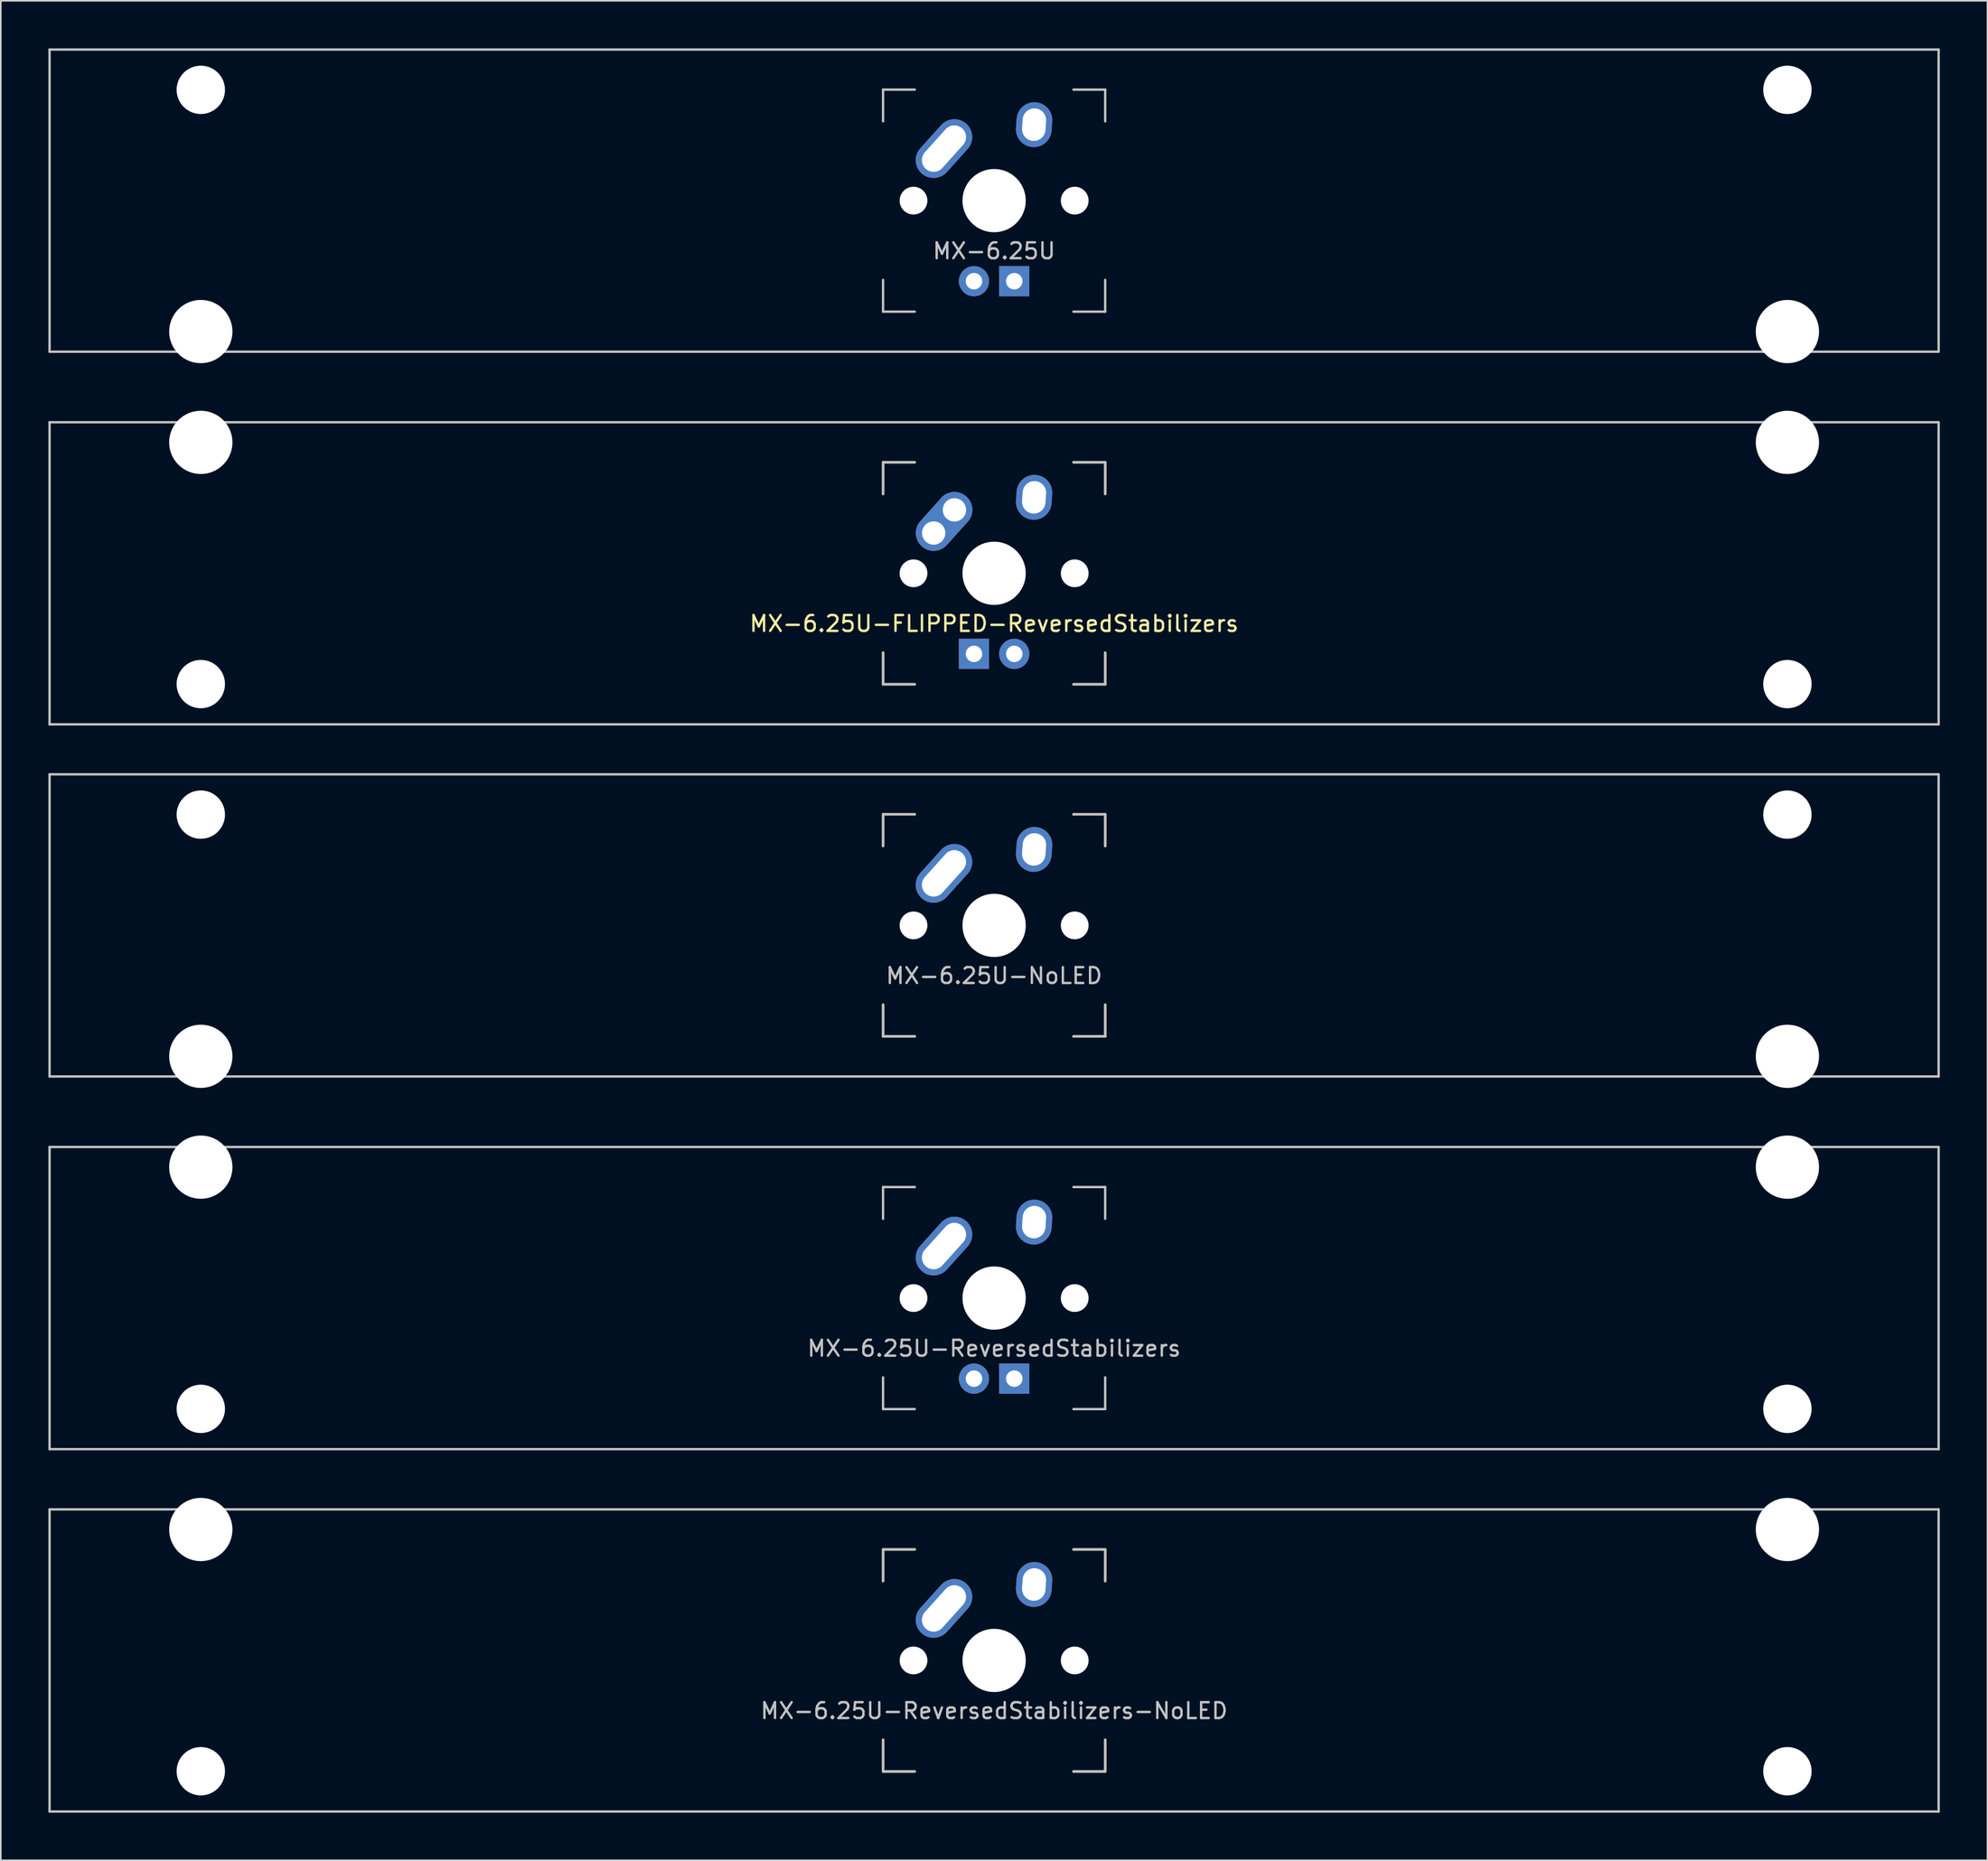
<source format=kicad_pcb>
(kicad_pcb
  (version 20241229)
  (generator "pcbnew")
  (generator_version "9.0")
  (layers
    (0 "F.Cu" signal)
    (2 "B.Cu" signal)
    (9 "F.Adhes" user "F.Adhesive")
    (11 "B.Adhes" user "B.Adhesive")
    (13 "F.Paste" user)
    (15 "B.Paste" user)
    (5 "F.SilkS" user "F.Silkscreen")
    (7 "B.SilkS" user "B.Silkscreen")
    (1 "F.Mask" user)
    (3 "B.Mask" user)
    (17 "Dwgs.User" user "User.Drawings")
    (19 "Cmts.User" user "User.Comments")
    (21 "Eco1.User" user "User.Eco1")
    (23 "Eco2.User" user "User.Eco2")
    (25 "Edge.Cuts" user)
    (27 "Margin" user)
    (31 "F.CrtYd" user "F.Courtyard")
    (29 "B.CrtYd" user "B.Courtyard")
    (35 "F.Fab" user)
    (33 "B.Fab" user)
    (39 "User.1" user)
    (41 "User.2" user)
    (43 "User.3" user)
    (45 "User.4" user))
  (footprint "MX-6.25U-ReversedStabilizers-NoLED"
    (layer "F.Cu")
    (at 59.606 101.644)
    (property "Reference" "MX-6.25U-ReversedStabilizers-NoLED" (at 0 3.175 0) (layer "Dwgs.User") (effects (font (size 1 1) (thickness 0.15))))
    (attr through_hole)
    (fp_line (start -7 -7) (end -7 -5) (stroke (width 0.15) (type solid)) (layer "F.SilkS"))
    (fp_line (start -7 5) (end -7 7) (stroke (width 0.15) (type solid)) (layer "F.SilkS"))
    (fp_line (start -7 7) (end -5 7) (stroke (width 0.15) (type solid)) (layer "F.SilkS"))
    (fp_line (start -5 -7) (end -7 -7) (stroke (width 0.15) (type solid)) (layer "F.SilkS"))
    (fp_line (start 5 -7) (end 7 -7) (stroke (width 0.15) (type solid)) (layer "F.SilkS"))
    (fp_line (start 5 7) (end 7 7) (stroke (width 0.15) (type solid)) (layer "F.SilkS"))
    (fp_line (start 7 -7) (end 7 -5) (stroke (width 0.15) (type solid)) (layer "F.SilkS"))
    (fp_line (start 7 7) (end 7 5) (stroke (width 0.15) (type solid)) (layer "F.SilkS"))
    (fp_line (start -59.531 -9.525) (end 59.531 -9.525) (stroke (width 0.15) (type solid)) (layer "Dwgs.User"))
    (fp_line (start -59.531 9.525) (end -59.531 -9.525) (stroke (width 0.15) (type solid)) (layer "Dwgs.User"))
    (fp_line (start -59.531 9.525) (end 59.531 9.525) (stroke (width 0.15) (type solid)) (layer "Dwgs.User"))
    (fp_line (start -7 -7) (end -7 -5) (stroke (width 0.15) (type solid)) (layer "Dwgs.User"))
    (fp_line (start -7 5) (end -7 7) (stroke (width 0.15) (type solid)) (layer "Dwgs.User"))
    (fp_line (start -7 7) (end -5 7) (stroke (width 0.15) (type solid)) (layer "Dwgs.User"))
    (fp_line (start -5 -7) (end -7 -7) (stroke (width 0.15) (type solid)) (layer "Dwgs.User"))
    (fp_line (start 5 -7) (end 7 -7) (stroke (width 0.15) (type solid)) (layer "Dwgs.User"))
    (fp_line (start 5 7) (end 7 7) (stroke (width 0.15) (type solid)) (layer "Dwgs.User"))
    (fp_line (start 7 -7) (end 7 -5) (stroke (width 0.15) (type solid)) (layer "Dwgs.User"))
    (fp_line (start 7 7) (end 7 5) (stroke (width 0.15) (type solid)) (layer "Dwgs.User"))
    (fp_line (start 59.531 -9.525) (end 59.531 9.525) (stroke (width 0.15) (type solid)) (layer "Dwgs.User"))
    (pad "" np_thru_hole circle (at -50 -8.255) (size 3.988 3.988) (drill 3.988) (layers "*.Cu" "*.Mask"))
    (pad "" np_thru_hole circle (at -50 6.985) (size 3.048 3.048) (drill 3.048) (layers "*.Cu" "*.Mask"))
    (pad "" np_thru_hole circle (at -5.08 0 48.1) (size 1.75 1.75) (drill 1.75) (layers "*.Cu" "*.Mask"))
    (pad "" np_thru_hole circle (at 0 0) (size 3.988 3.988) (drill 3.988) (layers "*.Cu" "*.Mask"))
    (pad "" np_thru_hole circle (at 5.08 0 48.1) (size 1.75 1.75) (drill 1.75) (layers "*.Cu" "*.Mask"))
    (pad "" np_thru_hole circle (at 50 -8.255) (size 3.988 3.988) (drill 3.988) (layers "*.Cu" "*.Mask"))
    (pad "" np_thru_hole circle (at 50 6.985) (size 3.048 3.048) (drill 3.048) (layers "*.Cu" "*.Mask"))
    (pad "1" thru_hole oval (at -3.16 -3.28 48) (size 4.21 2.25) (drill oval 3.43 1.48) (layers "*.Cu" "B.Mask"))
    (pad "2" thru_hole oval (at 2.52 -4.79 86) (size 2.831 2.25) (drill oval 2.051 1.48) (layers "*.Cu" "B.Mask")))
  (footprint "MX-6.25U-ReversedStabilizers"
    (layer "F.Cu")
    (at 59.606 78.796)
    (property "Reference" "MX-6.25U-ReversedStabilizers" (at 0 3.175 0) (layer "Dwgs.User") (effects (font (size 1 1) (thickness 0.15))))
    (attr through_hole)
    (fp_line (start -59.531 -9.525) (end 59.531 -9.525) (stroke (width 0.15) (type solid)) (layer "Dwgs.User"))
    (fp_line (start -59.531 9.525) (end -59.531 -9.525) (stroke (width 0.15) (type solid)) (layer "Dwgs.User"))
    (fp_line (start -59.531 9.525) (end 59.531 9.525) (stroke (width 0.15) (type solid)) (layer "Dwgs.User"))
    (fp_line (start -7 -7) (end -7 -5) (stroke (width 0.15) (type solid)) (layer "Dwgs.User"))
    (fp_line (start -7 5) (end -7 7) (stroke (width 0.15) (type solid)) (layer "Dwgs.User"))
    (fp_line (start -7 7) (end -5 7) (stroke (width 0.15) (type solid)) (layer "Dwgs.User"))
    (fp_line (start -5 -7) (end -7 -7) (stroke (width 0.15) (type solid)) (layer "Dwgs.User"))
    (fp_line (start 5 -7) (end 7 -7) (stroke (width 0.15) (type solid)) (layer "Dwgs.User"))
    (fp_line (start 5 7) (end 7 7) (stroke (width 0.15) (type solid)) (layer "Dwgs.User"))
    (fp_line (start 7 -7) (end 7 -5) (stroke (width 0.15) (type solid)) (layer "Dwgs.User"))
    (fp_line (start 7 7) (end 7 5) (stroke (width 0.15) (type solid)) (layer "Dwgs.User"))
    (fp_line (start 59.531 -9.525) (end 59.531 9.525) (stroke (width 0.15) (type solid)) (layer "Dwgs.User"))
    (pad "" np_thru_hole circle (at -50 -8.255) (size 3.988 3.988) (drill 3.988) (layers "*.Cu" "*.Mask"))
    (pad "" np_thru_hole circle (at -50 6.985) (size 3.048 3.048) (drill 3.048) (layers "*.Cu" "*.Mask"))
    (pad "" np_thru_hole circle (at -5.08 0 48.1) (size 1.75 1.75) (drill 1.75) (layers "*.Cu" "*.Mask"))
    (pad "" np_thru_hole circle (at 0 0) (size 3.988 3.988) (drill 3.988) (layers "*.Cu" "*.Mask"))
    (pad "" np_thru_hole circle (at 5.08 0 48.1) (size 1.75 1.75) (drill 1.75) (layers "*.Cu" "*.Mask"))
    (pad "" np_thru_hole circle (at 50 -8.255) (size 3.988 3.988) (drill 3.988) (layers "*.Cu" "*.Mask"))
    (pad "" np_thru_hole circle (at 50 6.985) (size 3.048 3.048) (drill 3.048) (layers "*.Cu" "*.Mask"))
    (pad "1" thru_hole oval (at -3.16 -3.28 48) (size 4.21 2.25) (drill oval 3.43 1.48) (layers "*.Cu" "B.Mask"))
    (pad "2" thru_hole oval (at 2.52 -4.79 86) (size 2.831 2.25) (drill oval 2.051 1.48) (layers "*.Cu" "B.Mask"))
    (pad "3" thru_hole circle (at -1.27 5.08) (size 1.905 1.905) (drill 1.04) (layers "*.Cu" "B.Mask"))
    (pad "4" thru_hole rect (at 1.27 5.08) (size 1.905 1.905) (drill 1.04) (layers "*.Cu" "B.Mask")))
  (footprint "MX-6.25U"
    (layer "F.Cu")
    (at 59.606 9.6)
    (property "Reference" "MX-6.25U" (at 0 3.175 0) (layer "Dwgs.User") (effects (font (size 1 1) (thickness 0.15))))
    (attr through_hole)
    (fp_line (start -59.531 -9.525) (end 59.531 -9.525) (stroke (width 0.15) (type solid)) (layer "Dwgs.User"))
    (fp_line (start -59.531 9.525) (end -59.531 -9.525) (stroke (width 0.15) (type solid)) (layer "Dwgs.User"))
    (fp_line (start -59.531 9.525) (end 59.531 9.525) (stroke (width 0.15) (type solid)) (layer "Dwgs.User"))
    (fp_line (start -7 -7) (end -7 -5) (stroke (width 0.15) (type solid)) (layer "Dwgs.User"))
    (fp_line (start -7 5) (end -7 7) (stroke (width 0.15) (type solid)) (layer "Dwgs.User"))
    (fp_line (start -7 7) (end -5 7) (stroke (width 0.15) (type solid)) (layer "Dwgs.User"))
    (fp_line (start -5 -7) (end -7 -7) (stroke (width 0.15) (type solid)) (layer "Dwgs.User"))
    (fp_line (start 5 -7) (end 7 -7) (stroke (width 0.15) (type solid)) (layer "Dwgs.User"))
    (fp_line (start 5 7) (end 7 7) (stroke (width 0.15) (type solid)) (layer "Dwgs.User"))
    (fp_line (start 7 -7) (end 7 -5) (stroke (width 0.15) (type solid)) (layer "Dwgs.User"))
    (fp_line (start 7 7) (end 7 5) (stroke (width 0.15) (type solid)) (layer "Dwgs.User"))
    (fp_line (start 59.531 -9.525) (end 59.531 9.525) (stroke (width 0.15) (type solid)) (layer "Dwgs.User"))
    (pad "" np_thru_hole circle (at -50 -6.985) (size 3.048 3.048) (drill 3.048) (layers "*.Cu" "*.Mask"))
    (pad "" np_thru_hole circle (at -50 8.255) (size 3.988 3.988) (drill 3.988) (layers "*.Cu" "*.Mask"))
    (pad "" np_thru_hole circle (at -5.08 0 48.1) (size 1.75 1.75) (drill 1.75) (layers "*.Cu" "*.Mask"))
    (pad "" np_thru_hole circle (at 0 0) (size 3.988 3.988) (drill 3.988) (layers "*.Cu" "*.Mask"))
    (pad "" np_thru_hole circle (at 5.08 0 48.1) (size 1.75 1.75) (drill 1.75) (layers "*.Cu" "*.Mask"))
    (pad "" np_thru_hole circle (at 50 -6.985) (size 3.048 3.048) (drill 3.048) (layers "*.Cu" "*.Mask"))
    (pad "" np_thru_hole circle (at 50 8.255) (size 3.988 3.988) (drill 3.988) (layers "*.Cu" "*.Mask"))
    (pad "1" thru_hole oval (at -3.16 -3.28 48) (size 4.21 2.25) (drill oval 3.43 1.48) (layers "*.Cu" "B.Mask"))
    (pad "2" thru_hole oval (at 2.52 -4.79 86) (size 2.831 2.25) (drill oval 2.051 1.48) (layers "*.Cu" "B.Mask"))
    (pad "3" thru_hole circle (at -1.27 5.08) (size 1.905 1.905) (drill 1.04) (layers "*.Cu" "B.Mask"))
    (pad "4" thru_hole rect (at 1.27 5.08) (size 1.905 1.905) (drill 1.04) (layers "*.Cu" "B.Mask")))
  (footprint "MX-6.25U-FLIPPED-ReversedStabilizers"
    (layer "F.Cu")
    (at 59.606 33.098)
    (property "Reference" "MX-6.25U-FLIPPED-ReversedStabilizers" (at 0 3.175 0) (layer "F.SilkS") (effects (font (size 1 1) (thickness 0.15))))
    (attr through_hole)
    (fp_line (start -7 -7) (end -7 -5) (stroke (width 0.15) (type solid)) (layer "F.SilkS"))
    (fp_line (start -7 5) (end -7 7) (stroke (width 0.15) (type solid)) (layer "F.SilkS"))
    (fp_line (start -7 7) (end -5 7) (stroke (width 0.15) (type solid)) (layer "F.SilkS"))
    (fp_line (start -5 -7) (end -7 -7) (stroke (width 0.15) (type solid)) (layer "F.SilkS"))
    (fp_line (start 5 -7) (end 7 -7) (stroke (width 0.15) (type solid)) (layer "F.SilkS"))
    (fp_line (start 5 7) (end 7 7) (stroke (width 0.15) (type solid)) (layer "F.SilkS"))
    (fp_line (start 7 -7) (end 7 -5) (stroke (width 0.15) (type solid)) (layer "F.SilkS"))
    (fp_line (start 7 7) (end 7 5) (stroke (width 0.15) (type solid)) (layer "F.SilkS"))
    (fp_line (start -59.531 -9.525) (end 59.531 -9.525) (stroke (width 0.15) (type solid)) (layer "Dwgs.User"))
    (fp_line (start -59.531 9.525) (end -59.531 -9.525) (stroke (width 0.15) (type solid)) (layer "Dwgs.User"))
    (fp_line (start -59.531 9.525) (end 59.531 9.525) (stroke (width 0.15) (type solid)) (layer "Dwgs.User"))
    (fp_line (start -7 -7) (end -7 -5) (stroke (width 0.15) (type solid)) (layer "Dwgs.User"))
    (fp_line (start -7 5) (end -7 7) (stroke (width 0.15) (type solid)) (layer "Dwgs.User"))
    (fp_line (start -7 7) (end -5 7) (stroke (width 0.15) (type solid)) (layer "Dwgs.User"))
    (fp_line (start -5 -7) (end -7 -7) (stroke (width 0.15) (type solid)) (layer "Dwgs.User"))
    (fp_line (start 5 -7) (end 7 -7) (stroke (width 0.15) (type solid)) (layer "Dwgs.User"))
    (fp_line (start 5 7) (end 7 7) (stroke (width 0.15) (type solid)) (layer "Dwgs.User"))
    (fp_line (start 7 -7) (end 7 -5) (stroke (width 0.15) (type solid)) (layer "Dwgs.User"))
    (fp_line (start 7 7) (end 7 5) (stroke (width 0.15) (type solid)) (layer "Dwgs.User"))
    (fp_line (start 59.531 -9.525) (end 59.531 9.525) (stroke (width 0.15) (type solid)) (layer "Dwgs.User"))
    (pad "" np_thru_hole circle (at -50 -8.255) (size 3.988 3.988) (drill 3.988) (layers "*.Cu" "*.Mask"))
    (pad "" np_thru_hole circle (at -50 6.985) (size 3.048 3.048) (drill 3.048) (layers "*.Cu" "*.Mask"))
    (pad "" np_thru_hole circle (at -5.08 0 48.1) (size 1.75 1.75) (drill 1.75) (layers "*.Cu" "*.Mask"))
    (pad "" np_thru_hole circle (at 0 0) (size 3.988 3.988) (drill 3.988) (layers "*.Cu" "*.Mask"))
    (pad "" np_thru_hole circle (at 5.08 0 48.1) (size 1.75 1.75) (drill 1.75) (layers "*.Cu" "*.Mask"))
    (pad "" np_thru_hole circle (at 50 -8.255) (size 3.988 3.988) (drill 3.988) (layers "*.Cu" "*.Mask"))
    (pad "" np_thru_hole circle (at 50 6.985) (size 3.048 3.048) (drill 3.048) (layers "*.Cu" "*.Mask"))
    (pad "1" thru_hole oval (at -3.81 -2.54 48.1) (size 4.212 2.25) (drill 1.47 (offset 0.981 0)) (layers "*.Cu" "*.Mask"))
    (pad "1" thru_hole circle (at -2.5 -4) (size 2.25 2.25) (drill 1.47) (layers "*.Cu" "*.Mask"))
    (pad "2" thru_hole oval (at 2.52 -4.79 86) (size 2.831 2.25) (drill oval 2.051 1.48) (layers "*.Cu" "*.Mask"))
    (pad "3" thru_hole circle (at 1.27 5.08) (size 1.905 1.905) (drill 1.04) (layers "*.Cu" "*.Mask"))
    (pad "4" thru_hole rect (at -1.27 5.08) (size 1.905 1.905) (drill 1.04) (layers "*.Cu" "*.Mask")))
  (footprint "MX-6.25U-NoLED"
    (layer "F.Cu")
    (at 59.606 55.298)
    (property "Reference" "MX-6.25U-NoLED" (at 0 3.175 0) (layer "Dwgs.User") (effects (font (size 1 1) (thickness 0.15))))
    (attr through_hole)
    (fp_line (start -7 -7) (end -7 -5) (stroke (width 0.15) (type solid)) (layer "F.SilkS"))
    (fp_line (start -7 5) (end -7 7) (stroke (width 0.15) (type solid)) (layer "F.SilkS"))
    (fp_line (start -7 7) (end -5 7) (stroke (width 0.15) (type solid)) (layer "F.SilkS"))
    (fp_line (start -5 -7) (end -7 -7) (stroke (width 0.15) (type solid)) (layer "F.SilkS"))
    (fp_line (start 5 -7) (end 7 -7) (stroke (width 0.15) (type solid)) (layer "F.SilkS"))
    (fp_line (start 5 7) (end 7 7) (stroke (width 0.15) (type solid)) (layer "F.SilkS"))
    (fp_line (start 7 -7) (end 7 -5) (stroke (width 0.15) (type solid)) (layer "F.SilkS"))
    (fp_line (start 7 7) (end 7 5) (stroke (width 0.15) (type solid)) (layer "F.SilkS"))
    (fp_line (start -59.531 -9.525) (end 59.531 -9.525) (stroke (width 0.15) (type solid)) (layer "Dwgs.User"))
    (fp_line (start -59.531 9.525) (end -59.531 -9.525) (stroke (width 0.15) (type solid)) (layer "Dwgs.User"))
    (fp_line (start -59.531 9.525) (end 59.531 9.525) (stroke (width 0.15) (type solid)) (layer "Dwgs.User"))
    (fp_line (start -7 -7) (end -7 -5) (stroke (width 0.15) (type solid)) (layer "Dwgs.User"))
    (fp_line (start -7 5) (end -7 7) (stroke (width 0.15) (type solid)) (layer "Dwgs.User"))
    (fp_line (start -7 7) (end -5 7) (stroke (width 0.15) (type solid)) (layer "Dwgs.User"))
    (fp_line (start -5 -7) (end -7 -7) (stroke (width 0.15) (type solid)) (layer "Dwgs.User"))
    (fp_line (start 5 -7) (end 7 -7) (stroke (width 0.15) (type solid)) (layer "Dwgs.User"))
    (fp_line (start 5 7) (end 7 7) (stroke (width 0.15) (type solid)) (layer "Dwgs.User"))
    (fp_line (start 7 -7) (end 7 -5) (stroke (width 0.15) (type solid)) (layer "Dwgs.User"))
    (fp_line (start 7 7) (end 7 5) (stroke (width 0.15) (type solid)) (layer "Dwgs.User"))
    (fp_line (start 59.531 -9.525) (end 59.531 9.525) (stroke (width 0.15) (type solid)) (layer "Dwgs.User"))
    (pad "" np_thru_hole circle (at -50 -6.985) (size 3.048 3.048) (drill 3.048) (layers "*.Cu" "*.Mask"))
    (pad "" np_thru_hole circle (at -50 8.255) (size 3.988 3.988) (drill 3.988) (layers "*.Cu" "*.Mask"))
    (pad "" np_thru_hole circle (at -5.08 0 48.1) (size 1.75 1.75) (drill 1.75) (layers "*.Cu" "*.Mask"))
    (pad "" np_thru_hole circle (at 0 0) (size 3.988 3.988) (drill 3.988) (layers "*.Cu" "*.Mask"))
    (pad "" np_thru_hole circle (at 5.08 0 48.1) (size 1.75 1.75) (drill 1.75) (layers "*.Cu" "*.Mask"))
    (pad "" np_thru_hole circle (at 50 -6.985) (size 3.048 3.048) (drill 3.048) (layers "*.Cu" "*.Mask"))
    (pad "" np_thru_hole circle (at 50 8.255) (size 3.988 3.988) (drill 3.988) (layers "*.Cu" "*.Mask"))
    (pad "1" thru_hole oval (at -3.16 -3.28 48) (size 4.21 2.25) (drill oval 3.43 1.48) (layers "*.Cu" "B.Mask"))
    (pad "2" thru_hole oval (at 2.52 -4.79 86) (size 2.831 2.25) (drill oval 2.051 1.48) (layers "*.Cu" "B.Mask")))
  (gr_rect
    (start -3 -3)
    (end 122.213 114.245)
    (stroke (width 0.1) (type default))
    (fill no)
    (layer "Edge.Cuts")))
</source>
